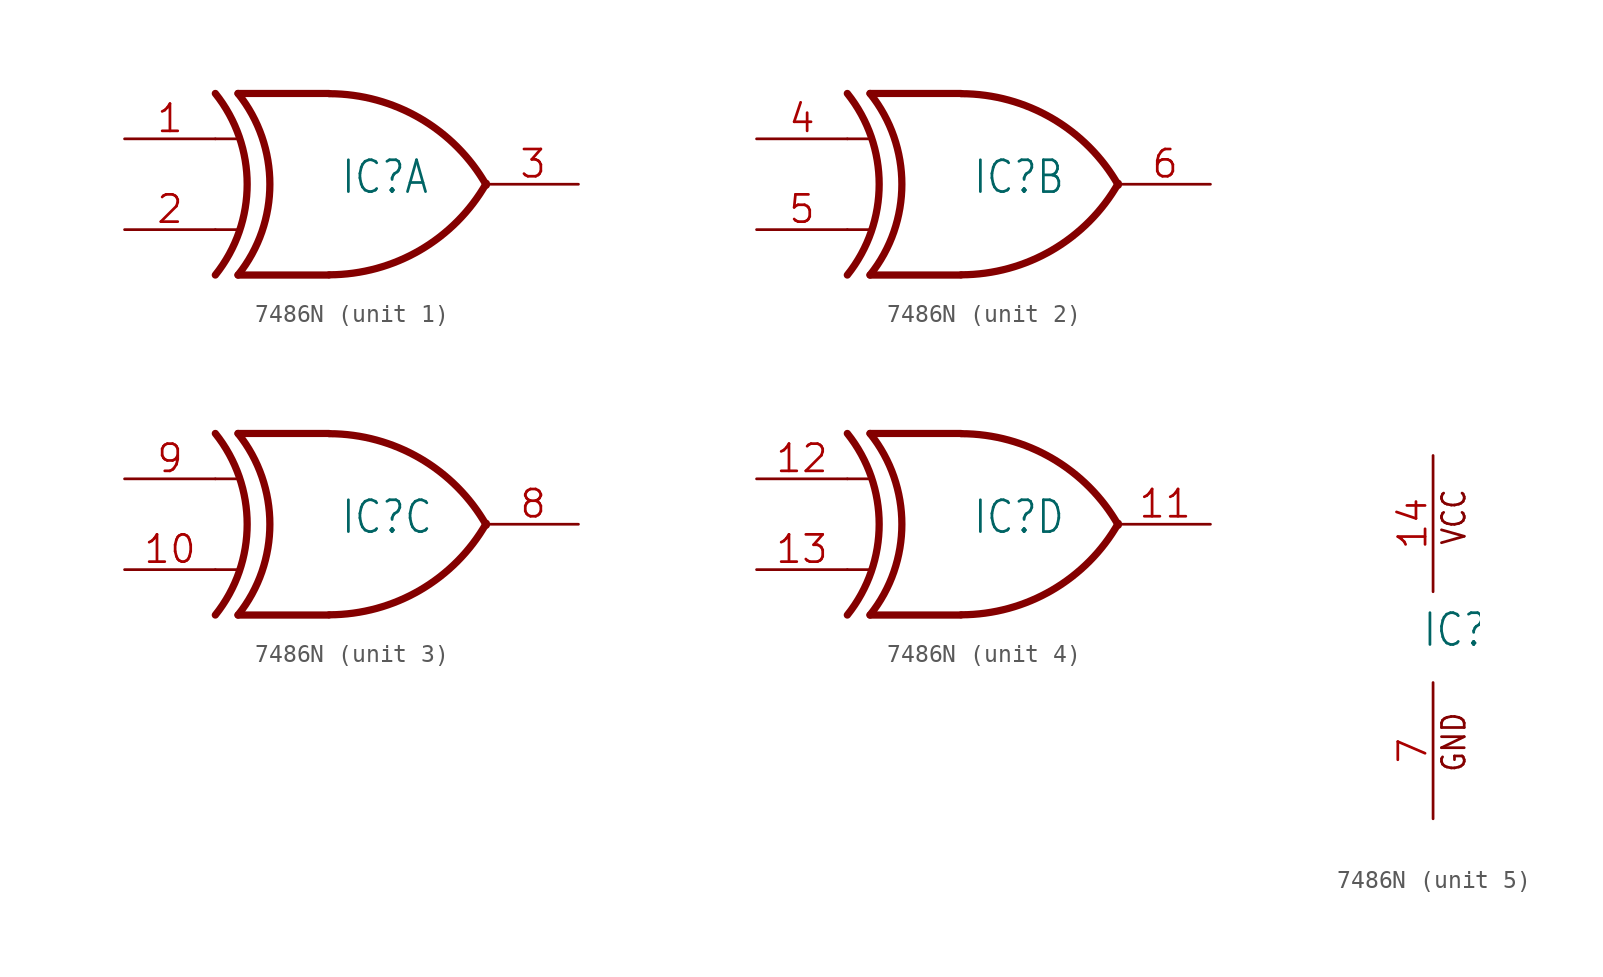
<source format=kicad_sym>
(kicad_symbol_lib
  (version 20241209)
  (generator "kicad_symbol_editor")
  (generator_version "9.0")
  (symbol "7486N"
    (property "Reference" "IC"
      (at -0.635 -0.635 0)
      (effects (font (size 1.778 1.511)) (justify left bottom)))
    (property "ki_locked" ""
      (at 0 0 0)
      (effects (font (size 1.27 1.27))))
    (symbol "7486N_1_0"
      (arc (start -7.62 5.08) (mid -5.838 0.0001) (end -7.6199 -5.0799) (stroke (width 0.4064) (type solid)) (fill (type none)))
      (arc (start -6.35 5.08) (mid -4.568 0.0001) (end -6.3499 -5.0799) (stroke (width 0.4064) (type solid)) (fill (type none)))
      (polyline (pts (xy -7.62 2.54) (xy -6.35 2.54)) (stroke (width 0.152) (type solid)) (fill (type none)))
      (polyline (pts (xy -7.62 -2.54) (xy -6.35 -2.54)) (stroke (width 0.152) (type solid)) (fill (type none)))
      (polyline (pts (xy -1.27 5.08) (xy -6.35 5.08)) (stroke (width 0.406) (type solid)) (fill (type none)))
      (polyline (pts (xy -1.27 -5.08) (xy -6.35 -5.08)) (stroke (width 0.406) (type solid)) (fill (type none)))
      (arc (start 7.5439 0.0506) (mid 3.8372 -3.6891) (end -1.2446 -5.0678) (stroke (width 0.4064) (type solid)) (fill (type none)))
      (arc (start -1.2446 5.0678) (mid 3.8372 3.6892) (end 7.5441 -0.0504) (stroke (width 0.4064) (type solid)) (fill (type none)))
      (pin input line (at -12.7 2.54 0) (length 5.08) (name "I0" (effects (font (size 0 0)))) (number "1" (effects (font (size 1.524 1.524)))))
      (pin input line (at -12.7 -2.54 0) (length 5.08) (name "I1" (effects (font (size 0 0)))) (number "2" (effects (font (size 1.524 1.524)))))
      (pin output line (at 12.7 0 180) (length 5.08) (name "O" (effects (font (size 0 0)))) (number "3" (effects (font (size 1.524 1.524))))))
    (symbol "7486N_2_0"
      (arc (start -7.62 5.08) (mid -5.838 0.0001) (end -7.6199 -5.0799) (stroke (width 0.4064) (type solid)) (fill (type none)))
      (arc (start -6.35 5.08) (mid -4.568 0.0001) (end -6.3499 -5.0799) (stroke (width 0.4064) (type solid)) (fill (type none)))
      (polyline (pts (xy -7.62 2.54) (xy -6.35 2.54)) (stroke (width 0.152) (type solid)) (fill (type none)))
      (polyline (pts (xy -7.62 -2.54) (xy -6.35 -2.54)) (stroke (width 0.152) (type solid)) (fill (type none)))
      (polyline (pts (xy -1.27 5.08) (xy -6.35 5.08)) (stroke (width 0.406) (type solid)) (fill (type none)))
      (polyline (pts (xy -1.27 -5.08) (xy -6.35 -5.08)) (stroke (width 0.406) (type solid)) (fill (type none)))
      (arc (start 7.5439 0.0506) (mid 3.8372 -3.6891) (end -1.2446 -5.0678) (stroke (width 0.4064) (type solid)) (fill (type none)))
      (arc (start -1.2446 5.0678) (mid 3.8372 3.6892) (end 7.5441 -0.0504) (stroke (width 0.4064) (type solid)) (fill (type none)))
      (pin input line (at -12.7 2.54 0) (length 5.08) (name "I0" (effects (font (size 0 0)))) (number "4" (effects (font (size 1.524 1.524)))))
      (pin input line (at -12.7 -2.54 0) (length 5.08) (name "I1" (effects (font (size 0 0)))) (number "5" (effects (font (size 1.524 1.524)))))
      (pin output line (at 12.7 0 180) (length 5.08) (name "O" (effects (font (size 0 0)))) (number "6" (effects (font (size 1.524 1.524))))))
    (symbol "7486N_3_0"
      (arc (start -7.62 5.08) (mid -5.838 0.0001) (end -7.6199 -5.0799) (stroke (width 0.4064) (type solid)) (fill (type none)))
      (arc (start -6.35 5.08) (mid -4.568 0.0001) (end -6.3499 -5.0799) (stroke (width 0.4064) (type solid)) (fill (type none)))
      (polyline (pts (xy -7.62 2.54) (xy -6.35 2.54)) (stroke (width 0.152) (type solid)) (fill (type none)))
      (polyline (pts (xy -7.62 -2.54) (xy -6.35 -2.54)) (stroke (width 0.152) (type solid)) (fill (type none)))
      (polyline (pts (xy -1.27 5.08) (xy -6.35 5.08)) (stroke (width 0.406) (type solid)) (fill (type none)))
      (polyline (pts (xy -1.27 -5.08) (xy -6.35 -5.08)) (stroke (width 0.406) (type solid)) (fill (type none)))
      (arc (start 7.5439 0.0506) (mid 3.8372 -3.6891) (end -1.2446 -5.0678) (stroke (width 0.4064) (type solid)) (fill (type none)))
      (arc (start -1.2446 5.0678) (mid 3.8372 3.6892) (end 7.5441 -0.0504) (stroke (width 0.4064) (type solid)) (fill (type none)))
      (pin input line (at -12.7 2.54 0) (length 5.08) (name "I0" (effects (font (size 0 0)))) (number "9" (effects (font (size 1.524 1.524)))))
      (pin input line (at -12.7 -2.54 0) (length 5.08) (name "I1" (effects (font (size 0 0)))) (number "10" (effects (font (size 1.524 1.524)))))
      (pin output line (at 12.7 0 180) (length 5.08) (name "O" (effects (font (size 0 0)))) (number "8" (effects (font (size 1.524 1.524))))))
    (symbol "7486N_4_0"
      (arc (start -7.62 5.08) (mid -5.838 0.0001) (end -7.6199 -5.0799) (stroke (width 0.4064) (type solid)) (fill (type none)))
      (arc (start -6.35 5.08) (mid -4.568 0.0001) (end -6.3499 -5.0799) (stroke (width 0.4064) (type solid)) (fill (type none)))
      (polyline (pts (xy -7.62 2.54) (xy -6.35 2.54)) (stroke (width 0.152) (type solid)) (fill (type none)))
      (polyline (pts (xy -7.62 -2.54) (xy -6.35 -2.54)) (stroke (width 0.152) (type solid)) (fill (type none)))
      (polyline (pts (xy -1.27 5.08) (xy -6.35 5.08)) (stroke (width 0.406) (type solid)) (fill (type none)))
      (polyline (pts (xy -1.27 -5.08) (xy -6.35 -5.08)) (stroke (width 0.406) (type solid)) (fill (type none)))
      (arc (start 7.5439 0.0506) (mid 3.8372 -3.6891) (end -1.2446 -5.0678) (stroke (width 0.4064) (type solid)) (fill (type none)))
      (arc (start -1.2446 5.0678) (mid 3.8372 3.6892) (end 7.5441 -0.0504) (stroke (width 0.4064) (type solid)) (fill (type none)))
      (pin input line (at -12.7 2.54 0) (length 5.08) (name "I0" (effects (font (size 0 0)))) (number "12" (effects (font (size 1.524 1.524)))))
      (pin input line (at -12.7 -2.54 0) (length 5.08) (name "I1" (effects (font (size 0 0)))) (number "13" (effects (font (size 1.524 1.524)))))
      (pin output line (at 12.7 0 180) (length 5.08) (name "O" (effects (font (size 0 0)))) (number "11" (effects (font (size 1.524 1.524))))))
    (symbol "7486N_5_0"
      (text "VCC" (at 1.905 5.08 900) (effects (font (size 1.27 1.079)) (justify left bottom)))
      (text "GND" (at 1.905 -7.62 900) (effects (font (size 1.27 1.079)) (justify left bottom)))
      (pin power_in line (at 0 10.16 270) (length 7.62) (name "VCC" (effects (font (size 0 0)))) (number "14" (effects (font (size 1.524 1.524)))))
      (pin power_in line (at 0 -10.16 90) (length 7.62) (name "GND" (effects (font (size 0 0)))) (number "7" (effects (font (size 1.524 1.524))))))))
</source>
